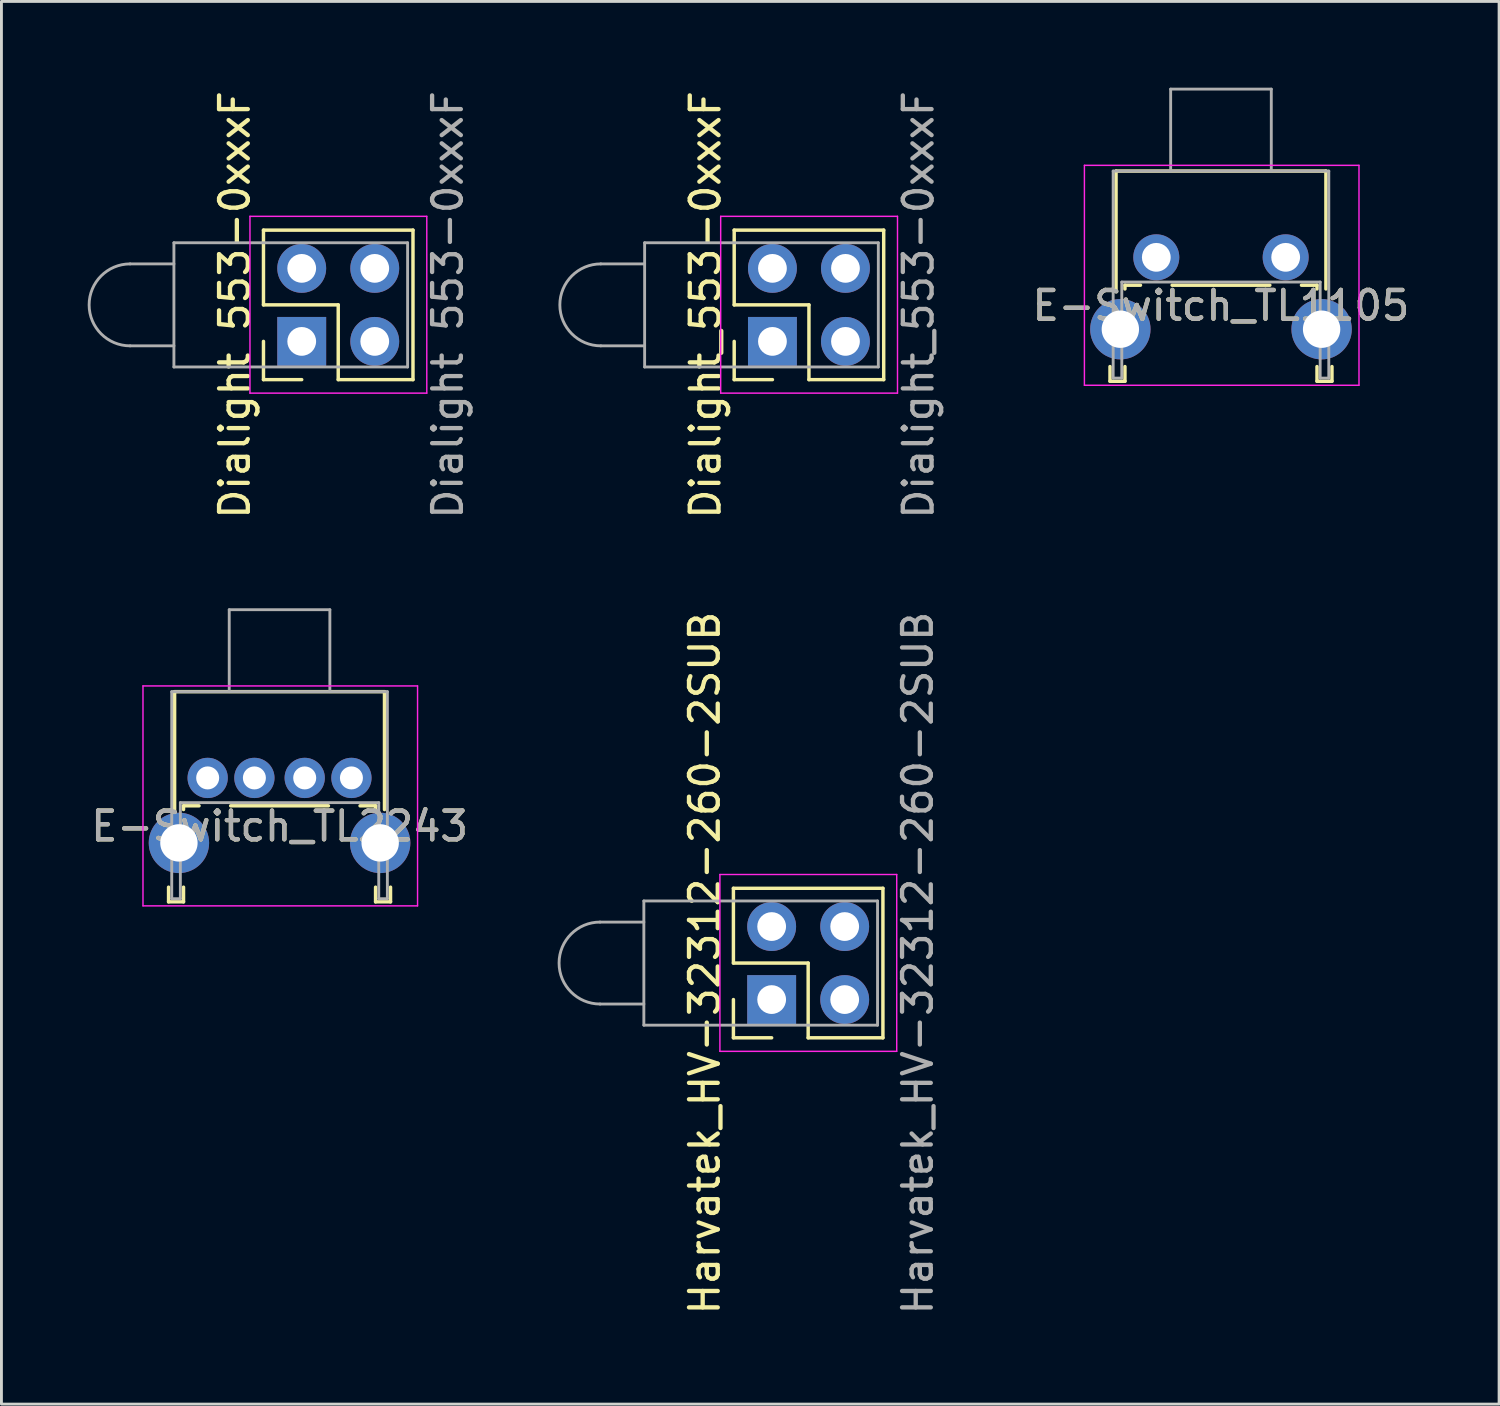
<source format=kicad_pcb>
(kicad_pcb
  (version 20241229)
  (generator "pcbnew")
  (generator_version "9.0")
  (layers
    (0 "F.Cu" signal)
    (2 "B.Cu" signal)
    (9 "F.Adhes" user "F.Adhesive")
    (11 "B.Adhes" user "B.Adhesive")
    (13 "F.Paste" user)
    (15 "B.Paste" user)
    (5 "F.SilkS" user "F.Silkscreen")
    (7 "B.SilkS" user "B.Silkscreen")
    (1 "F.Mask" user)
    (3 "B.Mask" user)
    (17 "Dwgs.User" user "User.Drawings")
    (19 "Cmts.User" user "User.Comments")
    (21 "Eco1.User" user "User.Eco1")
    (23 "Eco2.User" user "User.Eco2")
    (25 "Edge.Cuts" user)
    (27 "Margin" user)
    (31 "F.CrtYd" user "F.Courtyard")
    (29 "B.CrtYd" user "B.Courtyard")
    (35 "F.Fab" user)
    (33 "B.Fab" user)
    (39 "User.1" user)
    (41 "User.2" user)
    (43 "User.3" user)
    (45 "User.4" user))
  (footprint "E-Switch_TL2243"
    (layer "F.Cu")
    (at 6.673 24.007)
    (property "Reference" "E-Switch_TL2243" (at 0 1.68 0) (layer "F.SilkS") (effects (font (size 1 1) (thickness 0.15))))
    (attr through_hole)
    (fp_line (start -3.86 3.8) (end -3.86 4.31) (stroke (width 0.12) (type solid)) (layer "F.SilkS"))
    (fp_line (start -3.86 4.31) (end -3.34 4.31) (stroke (width 0.12) (type solid)) (layer "F.SilkS"))
    (fp_line (start -3.65 -3) (end -3.65 1.1) (stroke (width 0.12) (type solid)) (layer "F.SilkS"))
    (fp_line (start -3.65 -3) (end 3.65 -3) (stroke (width 0.12) (type solid)) (layer "F.SilkS"))
    (fp_line (start -3.34 0.97) (end -3.34 1.1) (stroke (width 0.12) (type solid)) (layer "F.SilkS"))
    (fp_line (start -3.34 0.97) (end -2.8 0.97) (stroke (width 0.12) (type solid)) (layer "F.SilkS"))
    (fp_line (start -3.34 3.8) (end -3.34 4.31) (stroke (width 0.12) (type solid)) (layer "F.SilkS"))
    (fp_line (start -1.7 0.97) (end 1.7 0.97) (stroke (width 0.12) (type solid)) (layer "F.SilkS"))
    (fp_line (start 2.8 0.97) (end 3.34 0.97) (stroke (width 0.12) (type solid)) (layer "F.SilkS"))
    (fp_line (start 3.34 0.97) (end 3.34 1.1) (stroke (width 0.12) (type solid)) (layer "F.SilkS"))
    (fp_line (start 3.34 3.8) (end 3.34 4.31) (stroke (width 0.12) (type solid)) (layer "F.SilkS"))
    (fp_line (start 3.34 4.31) (end 3.86 4.31) (stroke (width 0.12) (type solid)) (layer "F.SilkS"))
    (fp_line (start 3.65 -3) (end 3.65 1.1) (stroke (width 0.12) (type solid)) (layer "F.SilkS"))
    (fp_line (start 3.86 3.8) (end 3.86 4.31) (stroke (width 0.12) (type solid)) (layer "F.SilkS"))
    (fp_line (start -4.75 -3.2) (end 4.8 -3.2) (stroke (width 0.05) (type solid)) (layer "F.CrtYd"))
    (fp_line (start -4.75 4.45) (end -4.75 -3.2) (stroke (width 0.05) (type solid)) (layer "F.CrtYd"))
    (fp_line (start 4.8 -3.2) (end 4.8 4.45) (stroke (width 0.05) (type solid)) (layer "F.CrtYd"))
    (fp_line (start 4.8 4.45) (end -4.75 4.45) (stroke (width 0.05) (type solid)) (layer "F.CrtYd"))
    (fp_line (start -3.75 -3) (end 3.75 -3) (stroke (width 0.1) (type solid)) (layer "F.Fab"))
    (fp_line (start -3.75 4.2) (end -3.75 -3) (stroke (width 0.1) (type solid)) (layer "F.Fab"))
    (fp_line (start -3.75 4.2) (end -3.45 4.2) (stroke (width 0.1) (type solid)) (layer "F.Fab"))
    (fp_line (start -3.45 0.86) (end 3.45 0.86) (stroke (width 0.1) (type solid)) (layer "F.Fab"))
    (fp_line (start -3.45 4.2) (end -3.45 0.86) (stroke (width 0.1) (type solid)) (layer "F.Fab"))
    (fp_line (start -1.75 -5.85) (end -1.75 -3) (stroke (width 0.1) (type solid)) (layer "F.Fab"))
    (fp_line (start -1.75 -5.85) (end 1.75 -5.85) (stroke (width 0.1) (type solid)) (layer "F.Fab"))
    (fp_line (start 1.75 -5.85) (end 1.75 -3) (stroke (width 0.1) (type solid)) (layer "F.Fab"))
    (fp_line (start 3.45 4.2) (end 3.45 0.86) (stroke (width 0.1) (type solid)) (layer "F.Fab"))
    (fp_line (start 3.45 4.2) (end 3.75 4.2) (stroke (width 0.1) (type solid)) (layer "F.Fab"))
    (fp_line (start 3.75 4.2) (end 3.75 -3) (stroke (width 0.1) (type solid)) (layer "F.Fab"))
    (fp_text user "${REFERENCE}" (at 0 1.68 0) (layer "F.Fab") (effects (font (size 1 1) (thickness 0.15))))
    (pad "" thru_hole circle (at -3.5 2.26) (size 2.1 2.1) (drill 1.3) (layers "*.Cu" "*.Mask"))
    (pad "" thru_hole circle (at 3.5 2.26) (size 2.1 2.1) (drill 1.3) (layers "*.Cu" "*.Mask"))
    (pad "1" thru_hole circle (at -2.5 0) (size 1.4 1.4) (drill 0.8) (layers "*.Cu" "*.Mask"))
    (pad "2" thru_hole circle (at -0.875 0) (size 1.4 1.4) (drill 0.8) (layers "*.Cu" "*.Mask"))
    (pad "3" thru_hole circle (at 0.875 0) (size 1.4 1.4) (drill 0.8) (layers "*.Cu" "*.Mask"))
    (pad "4" thru_hole circle (at 2.5 0) (size 1.4 1.4) (drill 0.8) (layers "*.Cu" "*.Mask")))
  (footprint "Harvatek_HV-32312-260-2SUB"
    (layer "F.Cu")
    (at 25.059 30.446)
    (property "Reference" "Harvatek_HV-32312-260-2SUB" (at -3.6 0 90) (layer "F.SilkS") (effects (font (size 1 1) (thickness 0.15))))
    (attr through_hole)
    (fp_line (start -2.6 -2.6) (end 2.6 -2.6) (stroke (width 0.12) (type solid)) (layer "F.SilkS"))
    (fp_line (start -2.6 0) (end -2.6 -2.6) (stroke (width 0.12) (type solid)) (layer "F.SilkS"))
    (fp_line (start -2.6 2.6) (end -2.6 1.27) (stroke (width 0.12) (type solid)) (layer "F.SilkS"))
    (fp_line (start -1.27 2.6) (end -2.6 2.6) (stroke (width 0.12) (type solid)) (layer "F.SilkS"))
    (fp_line (start 0 0) (end -2.6 0) (stroke (width 0.12) (type solid)) (layer "F.SilkS"))
    (fp_line (start 0 2.6) (end 0 0) (stroke (width 0.12) (type solid)) (layer "F.SilkS"))
    (fp_line (start 0 2.6) (end 2.6 2.6) (stroke (width 0.12) (type solid)) (layer "F.SilkS"))
    (fp_line (start 2.6 2.6) (end 2.6 -2.6) (stroke (width 0.12) (type solid)) (layer "F.SilkS"))
    (fp_line (start -3.07 -3.08) (end -3.07 3.07) (stroke (width 0.05) (type solid)) (layer "F.CrtYd"))
    (fp_line (start -3.07 3.07) (end 3.08 3.07) (stroke (width 0.05) (type solid)) (layer "F.CrtYd"))
    (fp_line (start 3.08 -3.08) (end -3.07 -3.08) (stroke (width 0.05) (type solid)) (layer "F.CrtYd"))
    (fp_line (start 3.08 3.07) (end 3.08 -3.08) (stroke (width 0.05) (type solid)) (layer "F.CrtYd"))
    (fp_line (start -5.715 -2.16) (end 2.413 -2.16) (stroke (width 0.1) (type default)) (layer "F.Fab"))
    (fp_line (start -5.715 -1.425) (end -7.239 -1.425) (stroke (width 0.1) (type solid)) (layer "F.Fab"))
    (fp_line (start -5.715 1.425) (end -7.239 1.425) (stroke (width 0.1) (type solid)) (layer "F.Fab"))
    (fp_line (start -5.715 2.16) (end -5.715 -2.16) (stroke (width 0.1) (type solid)) (layer "F.Fab"))
    (fp_line (start -5.715 2.16) (end 2.413 2.16) (stroke (width 0.1) (type default)) (layer "F.Fab"))
    (fp_line (start 2.413 -2.16) (end 2.413 2.16) (stroke (width 0.1) (type default)) (layer "F.Fab"))
    (fp_arc (start -7.239 1.425) (mid -8.664 0) (end -7.239 -1.425) (stroke (width 0.1) (type solid)) (layer "F.Fab"))
    (fp_text user "${REFERENCE}" (at 3.81 0 90) (layer "F.Fab") (effects (font (size 1 1) (thickness 0.15))))
    (pad "1" thru_hole oval (at 1.27 -1.27 90) (size 1.7 1.7) (drill 1) (layers "*.Cu" "*.Mask"))
    (pad "2" thru_hole oval (at 1.27 1.27 90) (size 1.7 1.7) (drill 1) (layers "*.Cu" "*.Mask"))
    (pad "3" thru_hole oval (at -1.27 -1.27 90) (size 1.7 1.7) (drill 1) (layers "*.Cu" "*.Mask"))
    (pad "4" thru_hole rect (at -1.27 1.27 90) (size 1.7 1.7) (drill 1) (layers "*.Cu" "*.Mask")))
  (footprint "Dialight_553-0xxxF"
    (layer "F.Cu")
    (at 25.086 7.554)
    (property "Reference" "Dialight_553-0xxxF" (at -3.6 0 90) (layer "F.SilkS") (effects (font (size 1 1) (thickness 0.15))))
    (attr through_hole)
    (fp_line (start -2.6 -2.6) (end 2.6 -2.6) (stroke (width 0.12) (type solid)) (layer "F.SilkS"))
    (fp_line (start -2.6 0) (end -2.6 -2.6) (stroke (width 0.12) (type solid)) (layer "F.SilkS"))
    (fp_line (start -2.6 2.6) (end -2.6 1.27) (stroke (width 0.12) (type solid)) (layer "F.SilkS"))
    (fp_line (start -1.27 2.6) (end -2.6 2.6) (stroke (width 0.12) (type solid)) (layer "F.SilkS"))
    (fp_line (start 0 0) (end -2.6 0) (stroke (width 0.12) (type solid)) (layer "F.SilkS"))
    (fp_line (start 0 2.6) (end 0 0) (stroke (width 0.12) (type solid)) (layer "F.SilkS"))
    (fp_line (start 0 2.6) (end 2.6 2.6) (stroke (width 0.12) (type solid)) (layer "F.SilkS"))
    (fp_line (start 2.6 2.6) (end 2.6 -2.6) (stroke (width 0.12) (type solid)) (layer "F.SilkS"))
    (fp_line (start -3.07 -3.08) (end -3.07 3.07) (stroke (width 0.05) (type solid)) (layer "F.CrtYd"))
    (fp_line (start -3.07 3.07) (end 3.08 3.07) (stroke (width 0.05) (type solid)) (layer "F.CrtYd"))
    (fp_line (start 3.08 -3.08) (end -3.07 -3.08) (stroke (width 0.05) (type solid)) (layer "F.CrtYd"))
    (fp_line (start 3.08 3.07) (end 3.08 -3.08) (stroke (width 0.05) (type solid)) (layer "F.CrtYd"))
    (fp_line (start -5.715 -2.16) (end 2.413 -2.16) (stroke (width 0.1) (type default)) (layer "F.Fab"))
    (fp_line (start -5.715 -1.425) (end -7.239 -1.425) (stroke (width 0.1) (type solid)) (layer "F.Fab"))
    (fp_line (start -5.715 1.425) (end -7.239 1.425) (stroke (width 0.1) (type solid)) (layer "F.Fab"))
    (fp_line (start -5.715 2.16) (end -5.715 -2.16) (stroke (width 0.1) (type solid)) (layer "F.Fab"))
    (fp_line (start -5.715 2.16) (end 2.413 2.16) (stroke (width 0.1) (type default)) (layer "F.Fab"))
    (fp_line (start 2.413 -2.16) (end 2.413 2.16) (stroke (width 0.1) (type default)) (layer "F.Fab"))
    (fp_arc (start -7.239 1.425) (mid -8.664 0) (end -7.239 -1.425) (stroke (width 0.1) (type solid)) (layer "F.Fab"))
    (fp_text user "${REFERENCE}" (at 3.81 0 90) (layer "F.Fab") (effects (font (size 1 1) (thickness 0.15))))
    (pad "1" thru_hole rect (at -1.27 1.27 90) (size 1.7 1.7) (drill 1) (layers "*.Cu" "*.Mask"))
    (pad "2" thru_hole oval (at -1.27 -1.27 90) (size 1.7 1.7) (drill 1) (layers "*.Cu" "*.Mask"))
    (pad "3" thru_hole oval (at 1.27 1.27 90) (size 1.7 1.7) (drill 1) (layers "*.Cu" "*.Mask"))
    (pad "4" thru_hole oval (at 1.27 -1.27 90) (size 1.7 1.7) (drill 1) (layers "*.Cu" "*.Mask")))
  (footprint "E-Switch_TL1105"
    (layer "F.Cu")
    (at 39.417 5.9)
    (property "Reference" "E-Switch_TL1105" (at 0 1.68 0) (layer "F.SilkS") (effects (font (size 1 1) (thickness 0.15))))
    (attr through_hole)
    (fp_line (start -3.86 3.8) (end -3.86 4.31) (stroke (width 0.12) (type solid)) (layer "F.SilkS"))
    (fp_line (start -3.86 4.31) (end -3.34 4.31) (stroke (width 0.12) (type solid)) (layer "F.SilkS"))
    (fp_line (start -3.65 -3) (end -3.65 1.1) (stroke (width 0.12) (type solid)) (layer "F.SilkS"))
    (fp_line (start -3.65 -3) (end 3.65 -3) (stroke (width 0.12) (type solid)) (layer "F.SilkS"))
    (fp_line (start -3.34 0.97) (end -3.34 1.1) (stroke (width 0.12) (type solid)) (layer "F.SilkS"))
    (fp_line (start -3.34 0.97) (end -2.8 0.97) (stroke (width 0.12) (type solid)) (layer "F.SilkS"))
    (fp_line (start -3.34 3.8) (end -3.34 4.31) (stroke (width 0.12) (type solid)) (layer "F.SilkS"))
    (fp_line (start -1.7 0.97) (end 1.7 0.97) (stroke (width 0.12) (type solid)) (layer "F.SilkS"))
    (fp_line (start 2.8 0.97) (end 3.34 0.97) (stroke (width 0.12) (type solid)) (layer "F.SilkS"))
    (fp_line (start 3.34 0.97) (end 3.34 1.1) (stroke (width 0.12) (type solid)) (layer "F.SilkS"))
    (fp_line (start 3.34 3.8) (end 3.34 4.31) (stroke (width 0.12) (type solid)) (layer "F.SilkS"))
    (fp_line (start 3.34 4.31) (end 3.86 4.31) (stroke (width 0.12) (type solid)) (layer "F.SilkS"))
    (fp_line (start 3.65 -3) (end 3.65 1.1) (stroke (width 0.12) (type solid)) (layer "F.SilkS"))
    (fp_line (start 3.86 3.8) (end 3.86 4.31) (stroke (width 0.12) (type solid)) (layer "F.SilkS"))
    (fp_line (start -4.75 -3.2) (end 4.8 -3.2) (stroke (width 0.05) (type solid)) (layer "F.CrtYd"))
    (fp_line (start -4.75 4.45) (end -4.75 -3.2) (stroke (width 0.05) (type solid)) (layer "F.CrtYd"))
    (fp_line (start 4.8 -3.2) (end 4.8 4.45) (stroke (width 0.05) (type solid)) (layer "F.CrtYd"))
    (fp_line (start 4.8 4.45) (end -4.75 4.45) (stroke (width 0.05) (type solid)) (layer "F.CrtYd"))
    (fp_line (start -3.75 -3) (end 3.75 -3) (stroke (width 0.1) (type solid)) (layer "F.Fab"))
    (fp_line (start -3.75 4.2) (end -3.75 -3) (stroke (width 0.1) (type solid)) (layer "F.Fab"))
    (fp_line (start -3.75 4.2) (end -3.45 4.2) (stroke (width 0.1) (type solid)) (layer "F.Fab"))
    (fp_line (start -3.45 0.86) (end 3.45 0.86) (stroke (width 0.1) (type solid)) (layer "F.Fab"))
    (fp_line (start -3.45 4.2) (end -3.45 0.86) (stroke (width 0.1) (type solid)) (layer "F.Fab"))
    (fp_line (start -1.75 -5.85) (end -1.75 -3) (stroke (width 0.1) (type solid)) (layer "F.Fab"))
    (fp_line (start -1.75 -5.85) (end 1.75 -5.85) (stroke (width 0.1) (type solid)) (layer "F.Fab"))
    (fp_line (start 1.75 -5.85) (end 1.75 -3) (stroke (width 0.1) (type solid)) (layer "F.Fab"))
    (fp_line (start 3.45 4.2) (end 3.45 0.86) (stroke (width 0.1) (type solid)) (layer "F.Fab"))
    (fp_line (start 3.45 4.2) (end 3.75 4.2) (stroke (width 0.1) (type solid)) (layer "F.Fab"))
    (fp_line (start 3.75 4.2) (end 3.75 -3) (stroke (width 0.1) (type solid)) (layer "F.Fab"))
    (fp_text user "${REFERENCE}" (at 0 1.68 0) (layer "F.Fab") (effects (font (size 1 1) (thickness 0.15))))
    (pad "" thru_hole circle (at -3.5 2.5) (size 2.1 2.1) (drill 1.3) (layers "*.Cu" "*.Mask"))
    (pad "" thru_hole circle (at 3.5 2.5) (size 2.1 2.1) (drill 1.3) (layers "*.Cu" "*.Mask"))
    (pad "1" thru_hole circle (at -2.25 0) (size 1.6 1.6) (drill 1) (layers "*.Cu" "*.Mask"))
    (pad "2" thru_hole circle (at 2.25 0) (size 1.6 1.6) (drill 1) (layers "*.Cu" "*.Mask")))
  (footprint "Dialight 553-0xxxF"
    (layer "F.Cu")
    (at 8.714 7.554)
    (property "Reference" "Dialight 553-0xxxF" (at -3.6 0 90) (layer "F.SilkS") (effects (font (size 1 1) (thickness 0.15))))
    (attr through_hole)
    (fp_line (start -2.6 -2.6) (end 2.6 -2.6) (stroke (width 0.12) (type solid)) (layer "F.SilkS"))
    (fp_line (start -2.6 0) (end -2.6 -2.6) (stroke (width 0.12) (type solid)) (layer "F.SilkS"))
    (fp_line (start -2.6 2.6) (end -2.6 1.27) (stroke (width 0.12) (type solid)) (layer "F.SilkS"))
    (fp_line (start -1.27 2.6) (end -2.6 2.6) (stroke (width 0.12) (type solid)) (layer "F.SilkS"))
    (fp_line (start 0 0) (end -2.6 0) (stroke (width 0.12) (type solid)) (layer "F.SilkS"))
    (fp_line (start 0 2.6) (end 0 0) (stroke (width 0.12) (type solid)) (layer "F.SilkS"))
    (fp_line (start 0 2.6) (end 2.6 2.6) (stroke (width 0.12) (type solid)) (layer "F.SilkS"))
    (fp_line (start 2.6 2.6) (end 2.6 -2.6) (stroke (width 0.12) (type solid)) (layer "F.SilkS"))
    (fp_line (start -3.07 -3.08) (end -3.07 3.07) (stroke (width 0.05) (type solid)) (layer "F.CrtYd"))
    (fp_line (start -3.07 3.07) (end 3.08 3.07) (stroke (width 0.05) (type solid)) (layer "F.CrtYd"))
    (fp_line (start 3.08 -3.08) (end -3.07 -3.08) (stroke (width 0.05) (type solid)) (layer "F.CrtYd"))
    (fp_line (start 3.08 3.07) (end 3.08 -3.08) (stroke (width 0.05) (type solid)) (layer "F.CrtYd"))
    (fp_line (start -5.715 -2.16) (end 2.413 -2.16) (stroke (width 0.1) (type default)) (layer "F.Fab"))
    (fp_line (start -5.715 -1.425) (end -7.239 -1.425) (stroke (width 0.1) (type solid)) (layer "F.Fab"))
    (fp_line (start -5.715 1.425) (end -7.239 1.425) (stroke (width 0.1) (type solid)) (layer "F.Fab"))
    (fp_line (start -5.715 2.16) (end -5.715 -2.16) (stroke (width 0.1) (type solid)) (layer "F.Fab"))
    (fp_line (start -5.715 2.16) (end 2.413 2.16) (stroke (width 0.1) (type default)) (layer "F.Fab"))
    (fp_line (start 2.413 -2.16) (end 2.413 2.16) (stroke (width 0.1) (type default)) (layer "F.Fab"))
    (fp_arc (start -7.239 1.425) (mid -8.664 0) (end -7.239 -1.425) (stroke (width 0.1) (type solid)) (layer "F.Fab"))
    (fp_text user "${REFERENCE}" (at 3.81 0 90) (layer "F.Fab") (effects (font (size 1 1) (thickness 0.15))))
    (pad "1" thru_hole rect (at -1.27 1.27 90) (size 1.7 1.7) (drill 1) (layers "*.Cu" "*.Mask"))
    (pad "2" thru_hole oval (at -1.27 -1.27 90) (size 1.7 1.7) (drill 1) (layers "*.Cu" "*.Mask"))
    (pad "3" thru_hole oval (at 1.27 1.27 90) (size 1.7 1.7) (drill 1) (layers "*.Cu" "*.Mask"))
    (pad "4" thru_hole oval (at 1.27 -1.27 90) (size 1.7 1.7) (drill 1) (layers "*.Cu" "*.Mask")))
  (gr_rect
    (start -3 -3)
    (end 49.09 45.786)
    (stroke (width 0.1) (type default))
    (fill no)
    (layer "Edge.Cuts")))
</source>
